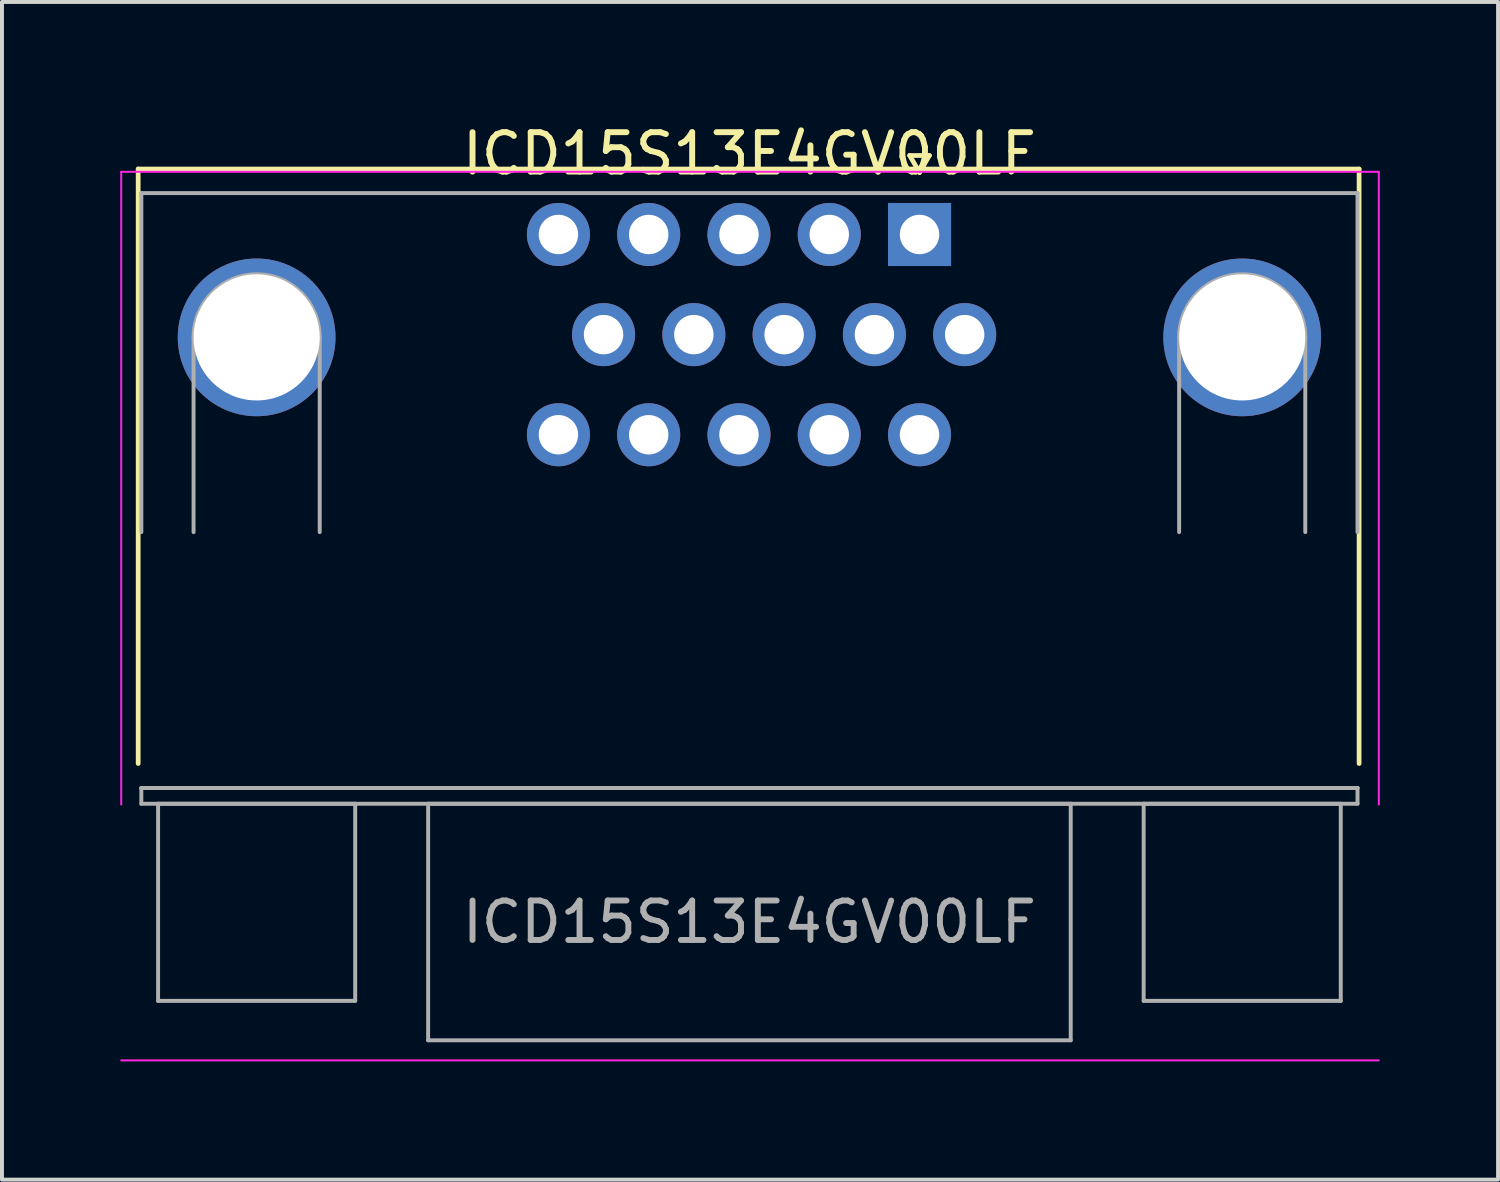
<source format=kicad_pcb>
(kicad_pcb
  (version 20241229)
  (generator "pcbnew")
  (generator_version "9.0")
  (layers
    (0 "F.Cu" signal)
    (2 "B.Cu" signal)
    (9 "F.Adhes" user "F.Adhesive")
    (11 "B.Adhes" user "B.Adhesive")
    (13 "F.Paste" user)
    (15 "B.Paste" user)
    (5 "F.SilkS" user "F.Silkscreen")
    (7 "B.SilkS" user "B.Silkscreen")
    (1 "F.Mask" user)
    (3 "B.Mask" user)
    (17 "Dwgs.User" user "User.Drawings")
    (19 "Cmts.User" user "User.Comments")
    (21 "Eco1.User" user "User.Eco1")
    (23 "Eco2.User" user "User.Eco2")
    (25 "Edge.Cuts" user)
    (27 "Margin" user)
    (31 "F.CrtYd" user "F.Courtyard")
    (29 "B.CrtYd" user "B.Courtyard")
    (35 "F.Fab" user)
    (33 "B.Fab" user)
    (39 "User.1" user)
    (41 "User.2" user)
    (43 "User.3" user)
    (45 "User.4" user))
  (footprint "ICD15S13E4GV00LF"
    (layer "F.Cu")
    (at 16.84 5.438)
    (property "Reference" "ICD15S13E4GV00LF" (at -0.88 -4.59 0) (layer "F.SilkS") (effects (font (size 1 1) (thickness 0.15))))
    (attr through_hole)
    (fp_line (start -16.385 -4.2) (end 14.585 -4.2) (stroke (width 0.12) (type solid)) (layer "F.SilkS"))
    (fp_line (start -16.385 10.88) (end -16.385 -4.2) (stroke (width 0.12) (type solid)) (layer "F.SilkS"))
    (fp_line (start 3.185 -4.544) (end 3.685 -4.544) (stroke (width 0.12) (type solid)) (layer "F.SilkS"))
    (fp_line (start 3.435 -4.111) (end 3.185 -4.544) (stroke (width 0.12) (type solid)) (layer "F.SilkS"))
    (fp_line (start 3.685 -4.544) (end 3.435 -4.111) (stroke (width 0.12) (type solid)) (layer "F.SilkS"))
    (fp_line (start 14.585 -4.2) (end 14.585 10.88) (stroke (width 0.12) (type solid)) (layer "F.SilkS"))
    (fp_line (start -16.815 -4.13) (end -16.815 11.92) (stroke (width 0.05) (type solid)) (layer "F.CrtYd"))
    (fp_line (start -16.815 18.41) (end 15.085 18.41) (stroke (width 0.05) (type solid)) (layer "F.CrtYd"))
    (fp_line (start 15.085 -4.13) (end -16.815 -4.13) (stroke (width 0.05) (type solid)) (layer "F.CrtYd"))
    (fp_line (start 15.085 11.92) (end 15.085 -4.13) (stroke (width 0.05) (type solid)) (layer "F.CrtYd"))
    (fp_line (start -16.305 -3.59) (end -16.305 5.01) (stroke (width 0.1) (type solid)) (layer "F.Fab"))
    (fp_line (start -16.305 11.5) (end -16.305 11.9) (stroke (width 0.1) (type solid)) (layer "F.Fab"))
    (fp_line (start -16.305 11.5) (end 14.545 11.5) (stroke (width 0.1) (type solid)) (layer "F.Fab"))
    (fp_line (start -16.305 11.9) (end 14.545 11.9) (stroke (width 0.1) (type solid)) (layer "F.Fab"))
    (fp_line (start -15.88 11.9) (end -15.88 16.9) (stroke (width 0.1) (type solid)) (layer "F.Fab"))
    (fp_line (start -15.88 16.9) (end -10.88 16.9) (stroke (width 0.1) (type solid)) (layer "F.Fab"))
    (fp_line (start -14.98 5.01) (end -14.98 0.07) (stroke (width 0.1) (type solid)) (layer "F.Fab"))
    (fp_line (start -11.78 5.01) (end -11.78 0.07) (stroke (width 0.1) (type solid)) (layer "F.Fab"))
    (fp_line (start -10.88 11.9) (end -15.88 11.9) (stroke (width 0.1) (type solid)) (layer "F.Fab"))
    (fp_line (start -10.88 16.9) (end -10.88 11.9) (stroke (width 0.1) (type solid)) (layer "F.Fab"))
    (fp_line (start -9.03 11.9) (end -9.03 17.9) (stroke (width 0.1) (type solid)) (layer "F.Fab"))
    (fp_line (start -9.03 17.9) (end 7.27 17.9) (stroke (width 0.1) (type solid)) (layer "F.Fab"))
    (fp_line (start 7.27 11.9) (end -9.03 11.9) (stroke (width 0.1) (type solid)) (layer "F.Fab"))
    (fp_line (start 7.27 17.9) (end 7.27 11.9) (stroke (width 0.1) (type solid)) (layer "F.Fab"))
    (fp_line (start 9.12 11.9) (end 9.12 16.9) (stroke (width 0.1) (type solid)) (layer "F.Fab"))
    (fp_line (start 9.12 16.9) (end 14.12 16.9) (stroke (width 0.1) (type solid)) (layer "F.Fab"))
    (fp_line (start 10.02 5.01) (end 10.02 0.07) (stroke (width 0.1) (type solid)) (layer "F.Fab"))
    (fp_line (start 13.22 5.01) (end 13.22 0.07) (stroke (width 0.1) (type solid)) (layer "F.Fab"))
    (fp_line (start 14.12 11.9) (end 9.12 11.9) (stroke (width 0.1) (type solid)) (layer "F.Fab"))
    (fp_line (start 14.12 16.9) (end 14.12 11.9) (stroke (width 0.1) (type solid)) (layer "F.Fab"))
    (fp_line (start 14.545 -3.59) (end -16.305 -3.59) (stroke (width 0.1) (type solid)) (layer "F.Fab"))
    (fp_line (start 14.545 5.01) (end 14.545 -3.59) (stroke (width 0.1) (type solid)) (layer "F.Fab"))
    (fp_line (start 14.545 11.5) (end -16.305 11.5) (stroke (width 0.1) (type solid)) (layer "F.Fab"))
    (fp_line (start 14.545 11.9) (end 14.545 11.5) (stroke (width 0.1) (type solid)) (layer "F.Fab"))
    (fp_arc (start -14.98 0.07) (mid -13.38 -1.53) (end -11.78 0.07) (stroke (width 0.1) (type solid)) (layer "F.Fab"))
    (fp_arc (start 10.02 0.07) (mid 11.62 -1.53) (end 13.22 0.07) (stroke (width 0.1) (type solid)) (layer "F.Fab"))
    (fp_text user "${REFERENCE}" (at -0.88 14.9 0) (layer "F.Fab") (effects (font (size 1 1) (thickness 0.15))))
    (pad "0" thru_hole circle (at -13.38 0.07) (size 4 4) (drill 3.2) (layers "*.Cu" "*.Mask"))
    (pad "0" thru_hole circle (at 11.62 0.07) (size 4 4) (drill 3.2) (layers "*.Cu" "*.Mask"))
    (pad "1" thru_hole rect (at 3.435 -2.54) (size 1.6 1.6) (drill 1) (layers "*.Cu" "*.Mask"))
    (pad "2" thru_hole circle (at 1.145 -2.54) (size 1.6 1.6) (drill 1) (layers "*.Cu" "*.Mask"))
    (pad "3" thru_hole circle (at -1.145 -2.54) (size 1.6 1.6) (drill 1) (layers "*.Cu" "*.Mask"))
    (pad "4" thru_hole circle (at -3.435 -2.54) (size 1.6 1.6) (drill 1) (layers "*.Cu" "*.Mask"))
    (pad "5" thru_hole circle (at -5.725 -2.54) (size 1.6 1.6) (drill 1) (layers "*.Cu" "*.Mask"))
    (pad "6" thru_hole circle (at 4.58 0) (size 1.6 1.6) (drill 1) (layers "*.Cu" "*.Mask"))
    (pad "7" thru_hole circle (at 2.29 0) (size 1.6 1.6) (drill 1) (layers "*.Cu" "*.Mask"))
    (pad "8" thru_hole circle (at 0 0) (size 1.6 1.6) (drill 1) (layers "*.Cu" "*.Mask"))
    (pad "9" thru_hole circle (at -2.29 0) (size 1.6 1.6) (drill 1) (layers "*.Cu" "*.Mask"))
    (pad "10" thru_hole circle (at -4.58 0) (size 1.6 1.6) (drill 1) (layers "*.Cu" "*.Mask"))
    (pad "11" thru_hole circle (at 3.435 2.54) (size 1.6 1.6) (drill 1) (layers "*.Cu" "*.Mask"))
    (pad "12" thru_hole circle (at 1.145 2.54) (size 1.6 1.6) (drill 1) (layers "*.Cu" "*.Mask"))
    (pad "13" thru_hole circle (at -1.145 2.54) (size 1.6 1.6) (drill 1) (layers "*.Cu" "*.Mask"))
    (pad "14" thru_hole circle (at -3.435 2.54) (size 1.6 1.6) (drill 1) (layers "*.Cu" "*.Mask"))
    (pad "15" thru_hole circle (at -5.725 2.54) (size 1.6 1.6) (drill 1) (layers "*.Cu" "*.Mask")))
  (gr_rect
    (start -3 -3)
    (end 34.95 26.873)
    (stroke (width 0.1) (type default))
    (fill no)
    (layer "Edge.Cuts")))
</source>
